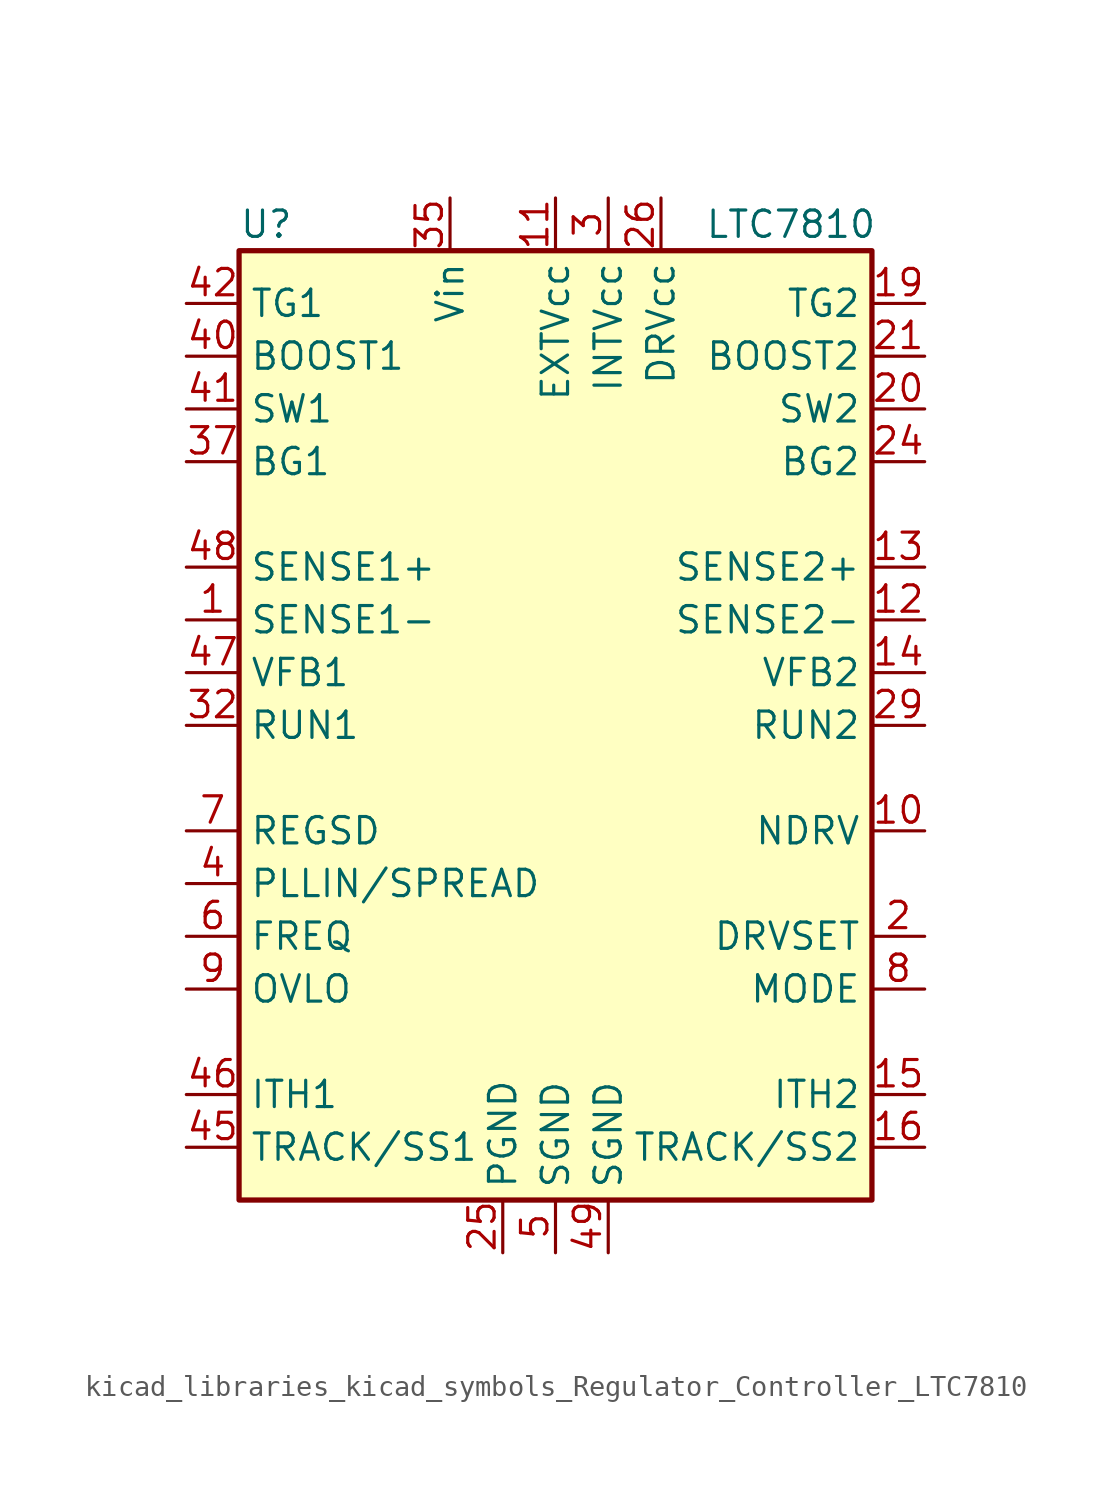
<source format=kicad_sym>
(kicad_symbol_lib
  (version 20220914)
  (generator kicad_symbol_editor)
  (symbol "kicad_libraries_kicad_symbols_Regulator_Controller_LTC7810"
    (property "Reference" "U"
      (at -15.24 24.13 0)
      (effects (font (size 1.27 1.27)) (justify left)))
    (property "Value" "LTC7810"
      (at 15.494 24.13 0)
      (effects (font (size 1.27 1.27)) (justify right)))
    (symbol "kicad_libraries_kicad_symbols_Regulator_Controller_LTC7810_0_1"
      (rectangle (start -15.24 22.86) (end 15.24 -22.86) (stroke (width 0.254) (type default)) (fill (type background))))
    (symbol "kicad_libraries_kicad_symbols_Regulator_Controller_LTC7810_1_1"
      (pin input line (at -17.78 5.08 0) (length 2.54) (name "SENSE1-" (effects (font (size 1.27 1.27)))) (number "1" (effects (font (size 1.27 1.27)))))
      (pin output line (at 17.78 -5.08 180) (length 2.54) (name "NDRV" (effects (font (size 1.27 1.27)))) (number "10" (effects (font (size 1.27 1.27)))))
      (pin power_in line (at 0 25.4 270) (length 2.54) (name "EXTVcc" (effects (font (size 1.27 1.27)))) (number "11" (effects (font (size 1.27 1.27)))))
      (pin input line (at 17.78 5.08 180) (length 2.54) (name "SENSE2-" (effects (font (size 1.27 1.27)))) (number "12" (effects (font (size 1.27 1.27)))))
      (pin input line (at 17.78 7.62 180) (length 2.54) (name "SENSE2+" (effects (font (size 1.27 1.27)))) (number "13" (effects (font (size 1.27 1.27)))))
      (pin input line (at 17.78 2.54 180) (length 2.54) (name "VFB2" (effects (font (size 1.27 1.27)))) (number "14" (effects (font (size 1.27 1.27)))))
      (pin passive line (at 17.78 -17.78 180) (length 2.54) (name "ITH2" (effects (font (size 1.27 1.27)))) (number "15" (effects (font (size 1.27 1.27)))))
      (pin input line (at 17.78 -20.32 180) (length 2.54) (name "TRACK/SS2" (effects (font (size 1.27 1.27)))) (number "16" (effects (font (size 1.27 1.27)))))
      (pin output line (at 17.78 20.32 180) (length 2.54) (name "TG2" (effects (font (size 1.27 1.27)))) (number "19" (effects (font (size 1.27 1.27)))))
      (pin input line (at 17.78 -10.16 180) (length 2.54) (name "DRVSET" (effects (font (size 1.27 1.27)))) (number "2" (effects (font (size 1.27 1.27)))))
      (pin output line (at 17.78 15.24 180) (length 2.54) (name "SW2" (effects (font (size 1.27 1.27)))) (number "20" (effects (font (size 1.27 1.27)))))
      (pin output line (at 17.78 17.78 180) (length 2.54) (name "BOOST2" (effects (font (size 1.27 1.27)))) (number "21" (effects (font (size 1.27 1.27)))))
      (pin output line (at 17.78 12.7 180) (length 2.54) (name "BG2" (effects (font (size 1.27 1.27)))) (number "24" (effects (font (size 1.27 1.27)))))
      (pin power_in line (at -2.54 -25.4 90) (length 2.54) (name "PGND" (effects (font (size 1.27 1.27)))) (number "25" (effects (font (size 1.27 1.27)))))
      (pin power_out line (at 5.08 25.4 270) (length 2.54) (name "DRVcc" (effects (font (size 1.27 1.27)))) (number "26" (effects (font (size 1.27 1.27)))))
      (pin input line (at 17.78 0 180) (length 2.54) (name "RUN2" (effects (font (size 1.27 1.27)))) (number "29" (effects (font (size 1.27 1.27)))))
      (pin power_out line (at 2.54 25.4 270) (length 2.54) (name "INTVcc" (effects (font (size 1.27 1.27)))) (number "3" (effects (font (size 1.27 1.27)))))
      (pin input line (at -17.78 0 0) (length 2.54) (name "RUN1" (effects (font (size 1.27 1.27)))) (number "32" (effects (font (size 1.27 1.27)))))
      (pin power_in line (at -5.08 25.4 270) (length 2.54) (name "Vin" (effects (font (size 1.27 1.27)))) (number "35" (effects (font (size 1.27 1.27)))))
      (pin output line (at -17.78 12.7 0) (length 2.54) (name "BG1" (effects (font (size 1.27 1.27)))) (number "37" (effects (font (size 1.27 1.27)))))
      (pin input line (at -17.78 -7.62 0) (length 2.54) (name "PLLIN/SPREAD" (effects (font (size 1.27 1.27)))) (number "4" (effects (font (size 1.27 1.27)))))
      (pin output line (at -17.78 17.78 0) (length 2.54) (name "BOOST1" (effects (font (size 1.27 1.27)))) (number "40" (effects (font (size 1.27 1.27)))))
      (pin output line (at -17.78 15.24 0) (length 2.54) (name "SW1" (effects (font (size 1.27 1.27)))) (number "41" (effects (font (size 1.27 1.27)))))
      (pin output line (at -17.78 20.32 0) (length 2.54) (name "TG1" (effects (font (size 1.27 1.27)))) (number "42" (effects (font (size 1.27 1.27)))))
      (pin input line (at -17.78 -20.32 0) (length 2.54) (name "TRACK/SS1" (effects (font (size 1.27 1.27)))) (number "45" (effects (font (size 1.27 1.27)))))
      (pin passive line (at -17.78 -17.78 0) (length 2.54) (name "ITH1" (effects (font (size 1.27 1.27)))) (number "46" (effects (font (size 1.27 1.27)))))
      (pin input line (at -17.78 2.54 0) (length 2.54) (name "VFB1" (effects (font (size 1.27 1.27)))) (number "47" (effects (font (size 1.27 1.27)))))
      (pin input line (at -17.78 7.62 0) (length 2.54) (name "SENSE1+" (effects (font (size 1.27 1.27)))) (number "48" (effects (font (size 1.27 1.27)))))
      (pin power_in line (at 2.54 -25.4 90) (length 2.54) (name "SGND" (effects (font (size 1.27 1.27)))) (number "49" (effects (font (size 1.27 1.27)))))
      (pin power_in line (at 0 -25.4 90) (length 2.54) (name "SGND" (effects (font (size 1.27 1.27)))) (number "5" (effects (font (size 1.27 1.27)))))
      (pin input line (at -17.78 -10.16 0) (length 2.54) (name "FREQ" (effects (font (size 1.27 1.27)))) (number "6" (effects (font (size 1.27 1.27)))))
      (pin passive line (at -17.78 -5.08 0) (length 2.54) (name "REGSD" (effects (font (size 1.27 1.27)))) (number "7" (effects (font (size 1.27 1.27)))))
      (pin input line (at 17.78 -12.7 180) (length 2.54) (name "MODE" (effects (font (size 1.27 1.27)))) (number "8" (effects (font (size 1.27 1.27)))))
      (pin input line (at -17.78 -12.7 0) (length 2.54) (name "OVLO" (effects (font (size 1.27 1.27)))) (number "9" (effects (font (size 1.27 1.27))))))))
</source>
